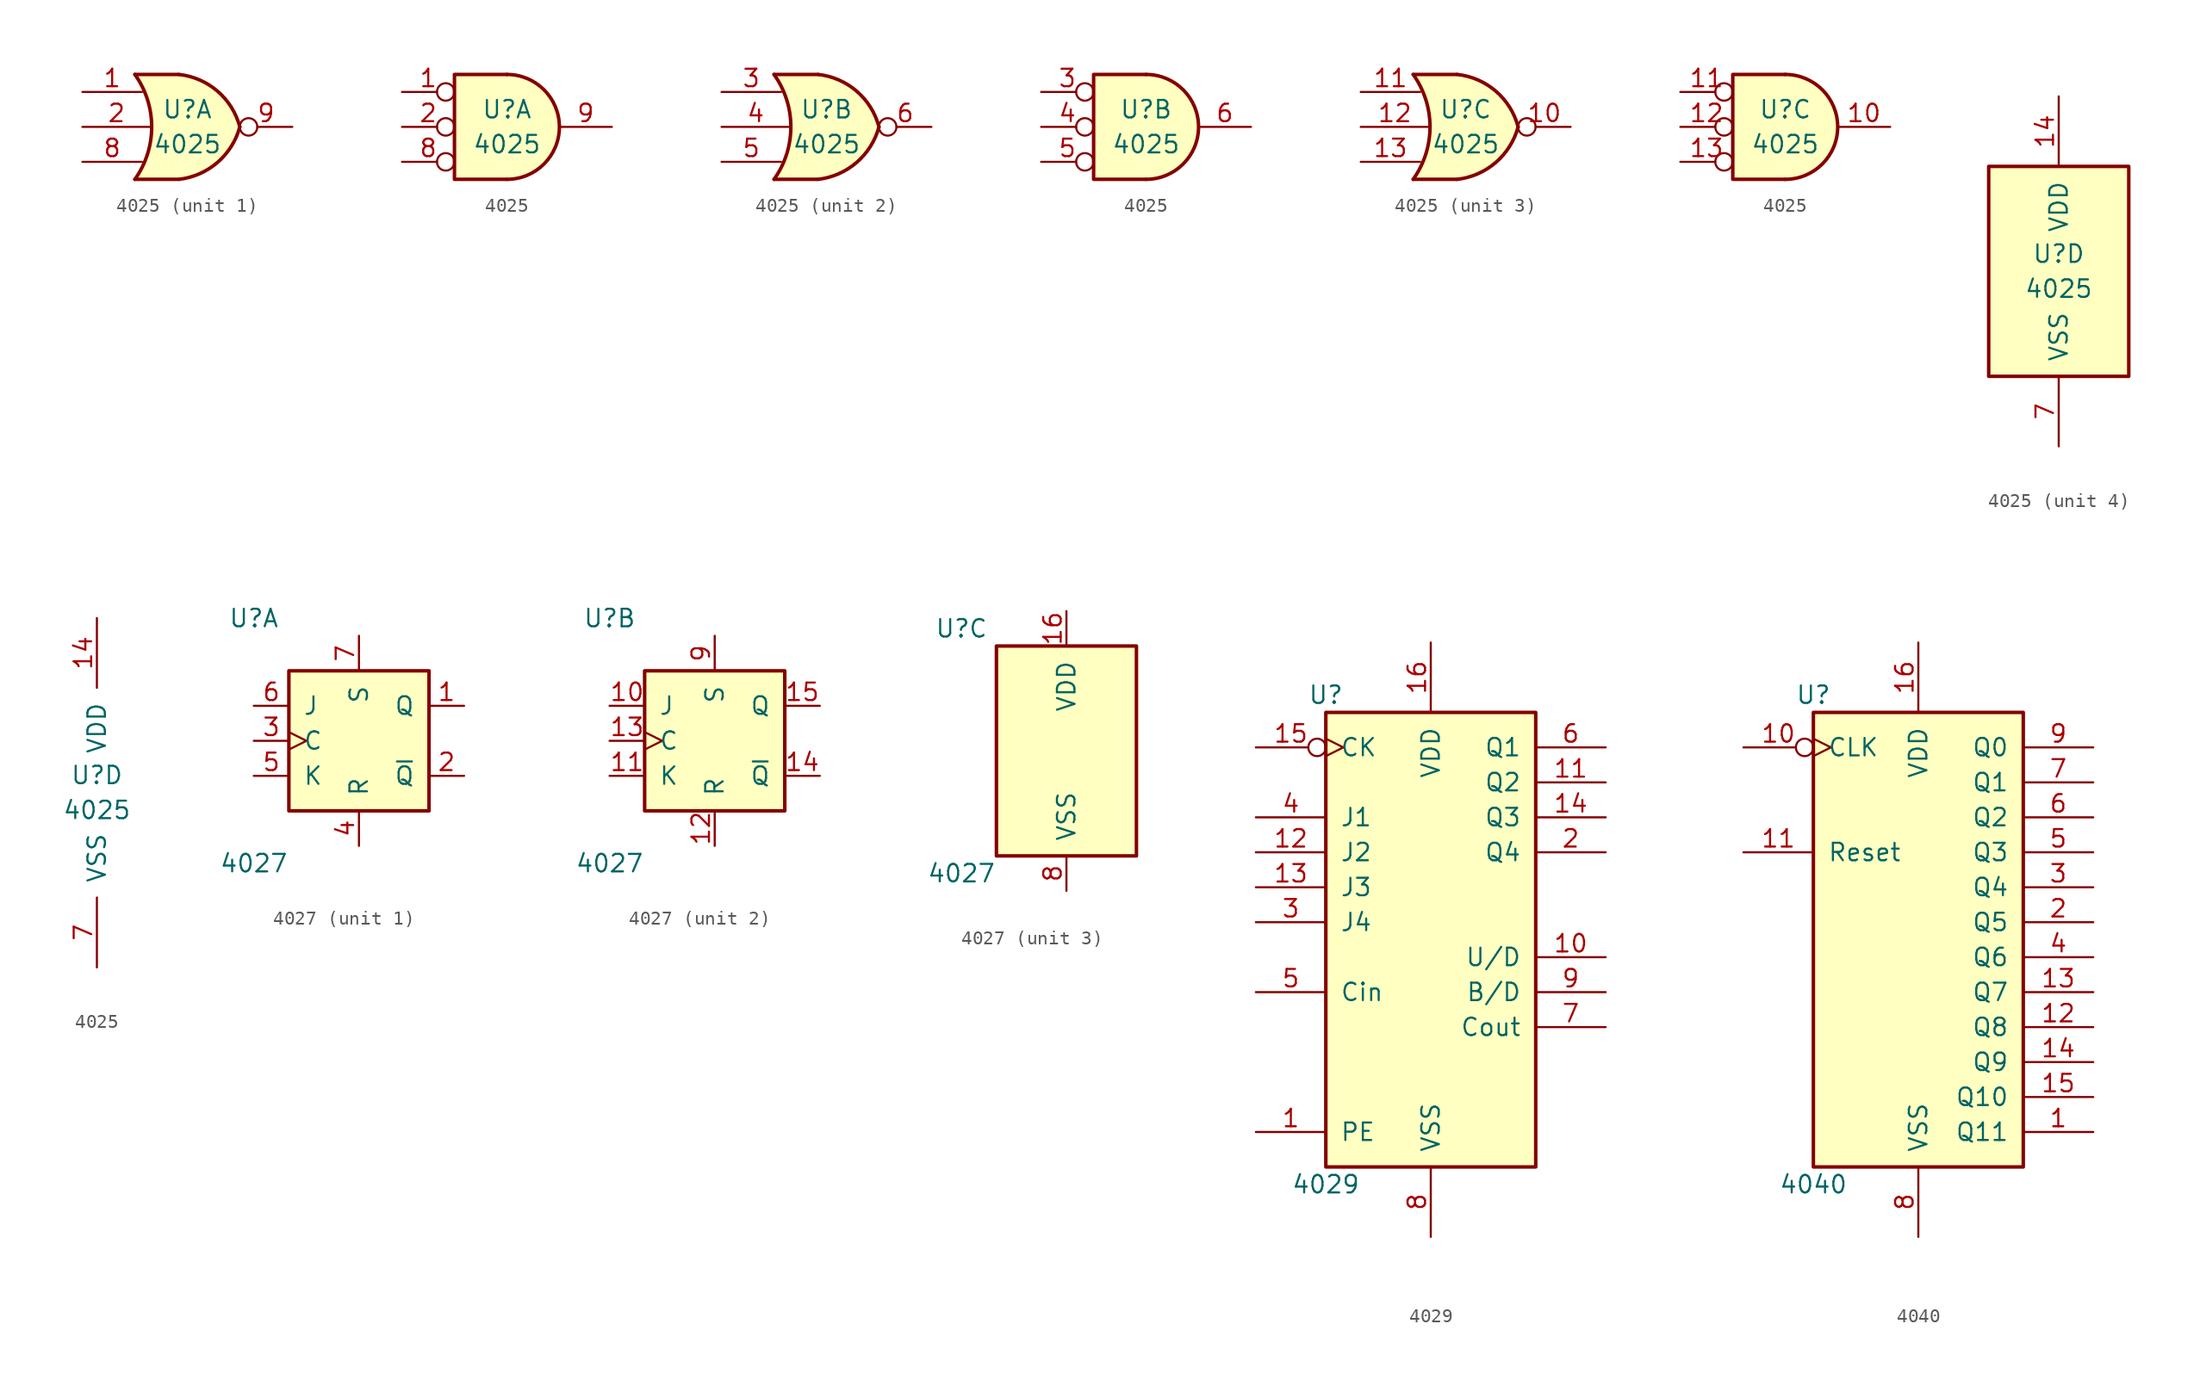
<source format=kicad_sym>
(kicad_symbol_lib
  (version 20220914)
  (generator kicad_symbol_editor)
  (symbol "4025"
    (pin_names
      (offset 1.016))
    (property "Reference" "U"
      (at 0 1.27 0)
      (effects (font (size 1.27 1.27))))
    (property "Value" "4025"
      (at 0 -1.27 0)
      (effects (font (size 1.27 1.27))))
    (property "ki_locked" ""
      (at 0 0 0)
      (effects (font (size 1.27 1.27))))
    (symbol "4025_1_1"
      (arc (start -3.81 -3.81) (mid -2.589 0) (end -3.81 3.81) (stroke (width 0.254) (type default)) (fill (type none)))
      (arc (start -0.6096 -3.81) (mid 2.1842 -2.5851) (end 3.81 0) (stroke (width 0.254) (type default)) (fill (type background)))
      (polyline (pts (xy -3.81 -3.81) (xy -0.635 -3.81)) (stroke (width 0.254) (type default)) (fill (type background)))
      (polyline (pts (xy -3.81 3.81) (xy -0.635 3.81)) (stroke (width 0.254) (type default)) (fill (type background)))
      (polyline (pts (xy -0.635 3.81) (xy -3.81 3.81) (xy -3.81 3.81) (xy -3.556 3.404) (xy -3.023 2.261) (xy -2.692 1.041) (xy -2.616 -0.254) (xy -2.769 -1.499) (xy -3.175 -2.718) (xy -3.81 -3.81) (xy -3.81 -3.81) (xy -0.635 -3.81)) (stroke (width -25.4) (type default)) (fill (type background)))
      (arc (start 3.81 0) (mid 2.1915 2.5936) (end -0.6096 3.81) (stroke (width 0.254) (type default)) (fill (type background)))
      (pin input line (at -7.62 2.54 0) (length 4.318) (name "~" (effects (font (size 1.27 1.27)))) (number "1" (effects (font (size 1.27 1.27)))))
      (pin input line (at -7.62 0 0) (length 4.953) (name "~" (effects (font (size 1.27 1.27)))) (number "2" (effects (font (size 1.27 1.27)))))
      (pin input line (at -7.62 -2.54 0) (length 4.318) (name "~" (effects (font (size 1.27 1.27)))) (number "8" (effects (font (size 1.27 1.27)))))
      (pin output inverted (at 7.62 0 180) (length 3.81) (name "~" (effects (font (size 1.27 1.27)))) (number "9" (effects (font (size 1.27 1.27))))))
    (symbol "4025_1_2"
      (arc (start 0 -3.81) (mid 3.7934 0) (end 0 3.81) (stroke (width 0.254) (type default)) (fill (type background)))
      (polyline (pts (xy 0 3.81) (xy -3.81 3.81) (xy -3.81 -3.81) (xy 0 -3.81)) (stroke (width 0.254) (type default)) (fill (type background)))
      (pin input inverted (at -7.62 2.54 0) (length 3.81) (name "~" (effects (font (size 1.27 1.27)))) (number "1" (effects (font (size 1.27 1.27)))))
      (pin input inverted (at -7.62 0 0) (length 3.81) (name "~" (effects (font (size 1.27 1.27)))) (number "2" (effects (font (size 1.27 1.27)))))
      (pin input inverted (at -7.62 -2.54 0) (length 3.81) (name "~" (effects (font (size 1.27 1.27)))) (number "8" (effects (font (size 1.27 1.27)))))
      (pin output line (at 7.62 0 180) (length 3.81) (name "~" (effects (font (size 1.27 1.27)))) (number "9" (effects (font (size 1.27 1.27))))))
    (symbol "4025_2_1"
      (arc (start -3.81 -3.81) (mid -2.589 0) (end -3.81 3.81) (stroke (width 0.254) (type default)) (fill (type none)))
      (arc (start -0.6096 -3.81) (mid 2.1842 -2.5851) (end 3.81 0) (stroke (width 0.254) (type default)) (fill (type background)))
      (polyline (pts (xy -3.81 -3.81) (xy -0.635 -3.81)) (stroke (width 0.254) (type default)) (fill (type background)))
      (polyline (pts (xy -3.81 3.81) (xy -0.635 3.81)) (stroke (width 0.254) (type default)) (fill (type background)))
      (polyline (pts (xy -0.635 3.81) (xy -3.81 3.81) (xy -3.81 3.81) (xy -3.556 3.404) (xy -3.023 2.261) (xy -2.692 1.041) (xy -2.616 -0.254) (xy -2.769 -1.499) (xy -3.175 -2.718) (xy -3.81 -3.81) (xy -3.81 -3.81) (xy -0.635 -3.81)) (stroke (width -25.4) (type default)) (fill (type background)))
      (arc (start 3.81 0) (mid 2.1915 2.5936) (end -0.6096 3.81) (stroke (width 0.254) (type default)) (fill (type background)))
      (pin input line (at -7.62 2.54 0) (length 4.318) (name "~" (effects (font (size 1.27 1.27)))) (number "3" (effects (font (size 1.27 1.27)))))
      (pin input line (at -7.62 0 0) (length 4.953) (name "~" (effects (font (size 1.27 1.27)))) (number "4" (effects (font (size 1.27 1.27)))))
      (pin input line (at -7.62 -2.54 0) (length 4.318) (name "~" (effects (font (size 1.27 1.27)))) (number "5" (effects (font (size 1.27 1.27)))))
      (pin output inverted (at 7.62 0 180) (length 3.81) (name "~" (effects (font (size 1.27 1.27)))) (number "6" (effects (font (size 1.27 1.27))))))
    (symbol "4025_2_2"
      (arc (start 0 -3.81) (mid 3.7934 0) (end 0 3.81) (stroke (width 0.254) (type default)) (fill (type background)))
      (polyline (pts (xy 0 3.81) (xy -3.81 3.81) (xy -3.81 -3.81) (xy 0 -3.81)) (stroke (width 0.254) (type default)) (fill (type background)))
      (pin input inverted (at -7.62 2.54 0) (length 3.81) (name "~" (effects (font (size 1.27 1.27)))) (number "3" (effects (font (size 1.27 1.27)))))
      (pin input inverted (at -7.62 0 0) (length 3.81) (name "~" (effects (font (size 1.27 1.27)))) (number "4" (effects (font (size 1.27 1.27)))))
      (pin input inverted (at -7.62 -2.54 0) (length 3.81) (name "~" (effects (font (size 1.27 1.27)))) (number "5" (effects (font (size 1.27 1.27)))))
      (pin output line (at 7.62 0 180) (length 3.81) (name "~" (effects (font (size 1.27 1.27)))) (number "6" (effects (font (size 1.27 1.27))))))
    (symbol "4025_3_1"
      (arc (start -3.81 -3.81) (mid -2.589 0) (end -3.81 3.81) (stroke (width 0.254) (type default)) (fill (type none)))
      (arc (start -0.6096 -3.81) (mid 2.1842 -2.5851) (end 3.81 0) (stroke (width 0.254) (type default)) (fill (type background)))
      (polyline (pts (xy -3.81 -3.81) (xy -0.635 -3.81)) (stroke (width 0.254) (type default)) (fill (type background)))
      (polyline (pts (xy -3.81 3.81) (xy -0.635 3.81)) (stroke (width 0.254) (type default)) (fill (type background)))
      (polyline (pts (xy -0.635 3.81) (xy -3.81 3.81) (xy -3.81 3.81) (xy -3.556 3.404) (xy -3.023 2.261) (xy -2.692 1.041) (xy -2.616 -0.254) (xy -2.769 -1.499) (xy -3.175 -2.718) (xy -3.81 -3.81) (xy -3.81 -3.81) (xy -0.635 -3.81)) (stroke (width -25.4) (type default)) (fill (type background)))
      (arc (start 3.81 0) (mid 2.1915 2.5936) (end -0.6096 3.81) (stroke (width 0.254) (type default)) (fill (type background)))
      (pin output inverted (at 7.62 0 180) (length 3.81) (name "~" (effects (font (size 1.27 1.27)))) (number "10" (effects (font (size 1.27 1.27)))))
      (pin input line (at -7.62 2.54 0) (length 4.318) (name "~" (effects (font (size 1.27 1.27)))) (number "11" (effects (font (size 1.27 1.27)))))
      (pin input line (at -7.62 0 0) (length 4.953) (name "~" (effects (font (size 1.27 1.27)))) (number "12" (effects (font (size 1.27 1.27)))))
      (pin input line (at -7.62 -2.54 0) (length 4.318) (name "~" (effects (font (size 1.27 1.27)))) (number "13" (effects (font (size 1.27 1.27))))))
    (symbol "4025_3_2"
      (arc (start 0 -3.81) (mid 3.7934 0) (end 0 3.81) (stroke (width 0.254) (type default)) (fill (type background)))
      (polyline (pts (xy 0 3.81) (xy -3.81 3.81) (xy -3.81 -3.81) (xy 0 -3.81)) (stroke (width 0.254) (type default)) (fill (type background)))
      (pin output line (at 7.62 0 180) (length 3.81) (name "~" (effects (font (size 1.27 1.27)))) (number "10" (effects (font (size 1.27 1.27)))))
      (pin input inverted (at -7.62 2.54 0) (length 3.81) (name "~" (effects (font (size 1.27 1.27)))) (number "11" (effects (font (size 1.27 1.27)))))
      (pin input inverted (at -7.62 0 0) (length 3.81) (name "~" (effects (font (size 1.27 1.27)))) (number "12" (effects (font (size 1.27 1.27)))))
      (pin input inverted (at -7.62 -2.54 0) (length 3.81) (name "~" (effects (font (size 1.27 1.27)))) (number "13" (effects (font (size 1.27 1.27))))))
    (symbol "4025_4_0"
      (pin power_in line (at 0 12.7 270) (length 5.08) (name "VDD" (effects (font (size 1.27 1.27)))) (number "14" (effects (font (size 1.27 1.27)))))
      (pin power_in line (at 0 -12.7 90) (length 5.08) (name "VSS" (effects (font (size 1.27 1.27)))) (number "7" (effects (font (size 1.27 1.27))))))
    (symbol "4025_4_1"
      (rectangle (start -5.08 7.62) (end 5.08 -7.62) (stroke (width 0.254) (type default)) (fill (type background)))))
  (symbol "4027"
    (pin_names
      (offset 1.016))
    (property "Reference" "U"
      (at -7.62 8.89 0)
      (effects (font (size 1.27 1.27))))
    (property "Value" "4027"
      (at -7.62 -8.89 0)
      (effects (font (size 1.27 1.27))))
    (property "ki_locked" ""
      (at 0 0 0)
      (effects (font (size 1.27 1.27))))
    (symbol "4027_1_1"
      (rectangle (start -5.08 5.08) (end 5.08 -5.08) (stroke (width 0.254) (type default)) (fill (type background)))
      (pin output line (at 7.62 2.54 180) (length 2.54) (name "Q" (effects (font (size 1.27 1.27)))) (number "1" (effects (font (size 1.27 1.27)))))
      (pin output line (at 7.62 -2.54 180) (length 2.54) (name "~{Q}" (effects (font (size 1.27 1.27)))) (number "2" (effects (font (size 1.27 1.27)))))
      (pin input clock (at -7.62 0 0) (length 2.54) (name "C" (effects (font (size 1.27 1.27)))) (number "3" (effects (font (size 1.27 1.27)))))
      (pin input line (at 0 -7.62 90) (length 2.54) (name "R" (effects (font (size 1.27 1.27)))) (number "4" (effects (font (size 1.27 1.27)))))
      (pin input line (at -7.62 -2.54 0) (length 2.54) (name "K" (effects (font (size 1.27 1.27)))) (number "5" (effects (font (size 1.27 1.27)))))
      (pin input line (at -7.62 2.54 0) (length 2.54) (name "J" (effects (font (size 1.27 1.27)))) (number "6" (effects (font (size 1.27 1.27)))))
      (pin input line (at 0 7.62 270) (length 2.54) (name "S" (effects (font (size 1.27 1.27)))) (number "7" (effects (font (size 1.27 1.27))))))
    (symbol "4027_2_1"
      (rectangle (start -5.08 5.08) (end 5.08 -5.08) (stroke (width 0.254) (type default)) (fill (type background)))
      (pin input line (at -7.62 2.54 0) (length 2.54) (name "J" (effects (font (size 1.27 1.27)))) (number "10" (effects (font (size 1.27 1.27)))))
      (pin input line (at -7.62 -2.54 0) (length 2.54) (name "K" (effects (font (size 1.27 1.27)))) (number "11" (effects (font (size 1.27 1.27)))))
      (pin input line (at 0 -7.62 90) (length 2.54) (name "R" (effects (font (size 1.27 1.27)))) (number "12" (effects (font (size 1.27 1.27)))))
      (pin input clock (at -7.62 0 0) (length 2.54) (name "C" (effects (font (size 1.27 1.27)))) (number "13" (effects (font (size 1.27 1.27)))))
      (pin output line (at 7.62 -2.54 180) (length 2.54) (name "~{Q}" (effects (font (size 1.27 1.27)))) (number "14" (effects (font (size 1.27 1.27)))))
      (pin output line (at 7.62 2.54 180) (length 2.54) (name "Q" (effects (font (size 1.27 1.27)))) (number "15" (effects (font (size 1.27 1.27)))))
      (pin input line (at 0 7.62 270) (length 2.54) (name "S" (effects (font (size 1.27 1.27)))) (number "9" (effects (font (size 1.27 1.27))))))
    (symbol "4027_3_0"
      (pin power_in line (at 0 10.16 270) (length 2.54) (name "VDD" (effects (font (size 1.27 1.27)))) (number "16" (effects (font (size 1.27 1.27)))))
      (pin power_in line (at 0 -10.16 90) (length 2.54) (name "VSS" (effects (font (size 1.27 1.27)))) (number "8" (effects (font (size 1.27 1.27))))))
    (symbol "4027_3_1"
      (rectangle (start -5.08 7.62) (end 5.08 -7.62) (stroke (width 0.254) (type default)) (fill (type background)))))
  (symbol "4029"
    (pin_names
      (offset 1.016))
    (property "Reference" "U"
      (at -7.62 16.51 0)
      (effects (font (size 1.27 1.27))))
    (property "Value" "4029"
      (at -7.62 -19.05 0)
      (effects (font (size 1.27 1.27))))
    (property "ki_locked" ""
      (at 0 0 0)
      (effects (font (size 1.27 1.27))))
    (symbol "4029_1_0"
      (pin input line (at -12.7 -15.24 0) (length 5.08) (name "PE" (effects (font (size 1.27 1.27)))) (number "1" (effects (font (size 1.27 1.27)))))
      (pin input line (at 12.7 -2.54 180) (length 5.08) (name "U/D" (effects (font (size 1.27 1.27)))) (number "10" (effects (font (size 1.27 1.27)))))
      (pin output line (at 12.7 10.16 180) (length 5.08) (name "Q2" (effects (font (size 1.27 1.27)))) (number "11" (effects (font (size 1.27 1.27)))))
      (pin input line (at -12.7 5.08 0) (length 5.08) (name "J2" (effects (font (size 1.27 1.27)))) (number "12" (effects (font (size 1.27 1.27)))))
      (pin input line (at -12.7 2.54 0) (length 5.08) (name "J3" (effects (font (size 1.27 1.27)))) (number "13" (effects (font (size 1.27 1.27)))))
      (pin output line (at 12.7 7.62 180) (length 5.08) (name "Q3" (effects (font (size 1.27 1.27)))) (number "14" (effects (font (size 1.27 1.27)))))
      (pin input inverted_clock (at -12.7 12.7 0) (length 5.08) (name "CK" (effects (font (size 1.27 1.27)))) (number "15" (effects (font (size 1.27 1.27)))))
      (pin power_in line (at 0 20.32 270) (length 5.08) (name "VDD" (effects (font (size 1.27 1.27)))) (number "16" (effects (font (size 1.27 1.27)))))
      (pin output line (at 12.7 5.08 180) (length 5.08) (name "Q4" (effects (font (size 1.27 1.27)))) (number "2" (effects (font (size 1.27 1.27)))))
      (pin input line (at -12.7 0 0) (length 5.08) (name "J4" (effects (font (size 1.27 1.27)))) (number "3" (effects (font (size 1.27 1.27)))))
      (pin input line (at -12.7 7.62 0) (length 5.08) (name "J1" (effects (font (size 1.27 1.27)))) (number "4" (effects (font (size 1.27 1.27)))))
      (pin input line (at -12.7 -5.08 0) (length 5.08) (name "Cin" (effects (font (size 1.27 1.27)))) (number "5" (effects (font (size 1.27 1.27)))))
      (pin output line (at 12.7 12.7 180) (length 5.08) (name "Q1" (effects (font (size 1.27 1.27)))) (number "6" (effects (font (size 1.27 1.27)))))
      (pin output line (at 12.7 -7.62 180) (length 5.08) (name "Cout" (effects (font (size 1.27 1.27)))) (number "7" (effects (font (size 1.27 1.27)))))
      (pin power_in line (at 0 -22.86 90) (length 5.08) (name "VSS" (effects (font (size 1.27 1.27)))) (number "8" (effects (font (size 1.27 1.27)))))
      (pin input line (at 12.7 -5.08 180) (length 5.08) (name "B/D" (effects (font (size 1.27 1.27)))) (number "9" (effects (font (size 1.27 1.27))))))
    (symbol "4029_1_1"
      (rectangle (start -7.62 15.24) (end 7.62 -17.78) (stroke (width 0.254) (type default)) (fill (type background)))))
  (symbol "4040"
    (pin_names
      (offset 1.016))
    (property "Reference" "U"
      (at -7.62 16.51 0)
      (effects (font (size 1.27 1.27))))
    (property "Value" "4040"
      (at -7.62 -19.05 0)
      (effects (font (size 1.27 1.27))))
    (property "ki_locked" ""
      (at 0 0 0)
      (effects (font (size 1.27 1.27))))
    (symbol "4040_1_0"
      (pin output line (at 12.7 -15.24 180) (length 5.08) (name "Q11" (effects (font (size 1.27 1.27)))) (number "1" (effects (font (size 1.27 1.27)))))
      (pin input inverted_clock (at -12.7 12.7 0) (length 5.08) (name "CLK" (effects (font (size 1.27 1.27)))) (number "10" (effects (font (size 1.27 1.27)))))
      (pin input line (at -12.7 5.08 0) (length 5.08) (name "Reset" (effects (font (size 1.27 1.27)))) (number "11" (effects (font (size 1.27 1.27)))))
      (pin output line (at 12.7 -7.62 180) (length 5.08) (name "Q8" (effects (font (size 1.27 1.27)))) (number "12" (effects (font (size 1.27 1.27)))))
      (pin output line (at 12.7 -5.08 180) (length 5.08) (name "Q7" (effects (font (size 1.27 1.27)))) (number "13" (effects (font (size 1.27 1.27)))))
      (pin output line (at 12.7 -10.16 180) (length 5.08) (name "Q9" (effects (font (size 1.27 1.27)))) (number "14" (effects (font (size 1.27 1.27)))))
      (pin output line (at 12.7 -12.7 180) (length 5.08) (name "Q10" (effects (font (size 1.27 1.27)))) (number "15" (effects (font (size 1.27 1.27)))))
      (pin power_in line (at 0 20.32 270) (length 5.08) (name "VDD" (effects (font (size 1.27 1.27)))) (number "16" (effects (font (size 1.27 1.27)))))
      (pin output line (at 12.7 0 180) (length 5.08) (name "Q5" (effects (font (size 1.27 1.27)))) (number "2" (effects (font (size 1.27 1.27)))))
      (pin output line (at 12.7 2.54 180) (length 5.08) (name "Q4" (effects (font (size 1.27 1.27)))) (number "3" (effects (font (size 1.27 1.27)))))
      (pin output line (at 12.7 -2.54 180) (length 5.08) (name "Q6" (effects (font (size 1.27 1.27)))) (number "4" (effects (font (size 1.27 1.27)))))
      (pin output line (at 12.7 5.08 180) (length 5.08) (name "Q3" (effects (font (size 1.27 1.27)))) (number "5" (effects (font (size 1.27 1.27)))))
      (pin output line (at 12.7 7.62 180) (length 5.08) (name "Q2" (effects (font (size 1.27 1.27)))) (number "6" (effects (font (size 1.27 1.27)))))
      (pin output line (at 12.7 10.16 180) (length 5.08) (name "Q1" (effects (font (size 1.27 1.27)))) (number "7" (effects (font (size 1.27 1.27)))))
      (pin power_in line (at 0 -22.86 90) (length 5.08) (name "VSS" (effects (font (size 1.27 1.27)))) (number "8" (effects (font (size 1.27 1.27)))))
      (pin output line (at 12.7 12.7 180) (length 5.08) (name "Q0" (effects (font (size 1.27 1.27)))) (number "9" (effects (font (size 1.27 1.27))))))
    (symbol "4040_1_1"
      (rectangle (start -7.62 15.24) (end 7.62 -17.78) (stroke (width 0.254) (type default)) (fill (type background))))))
</source>
